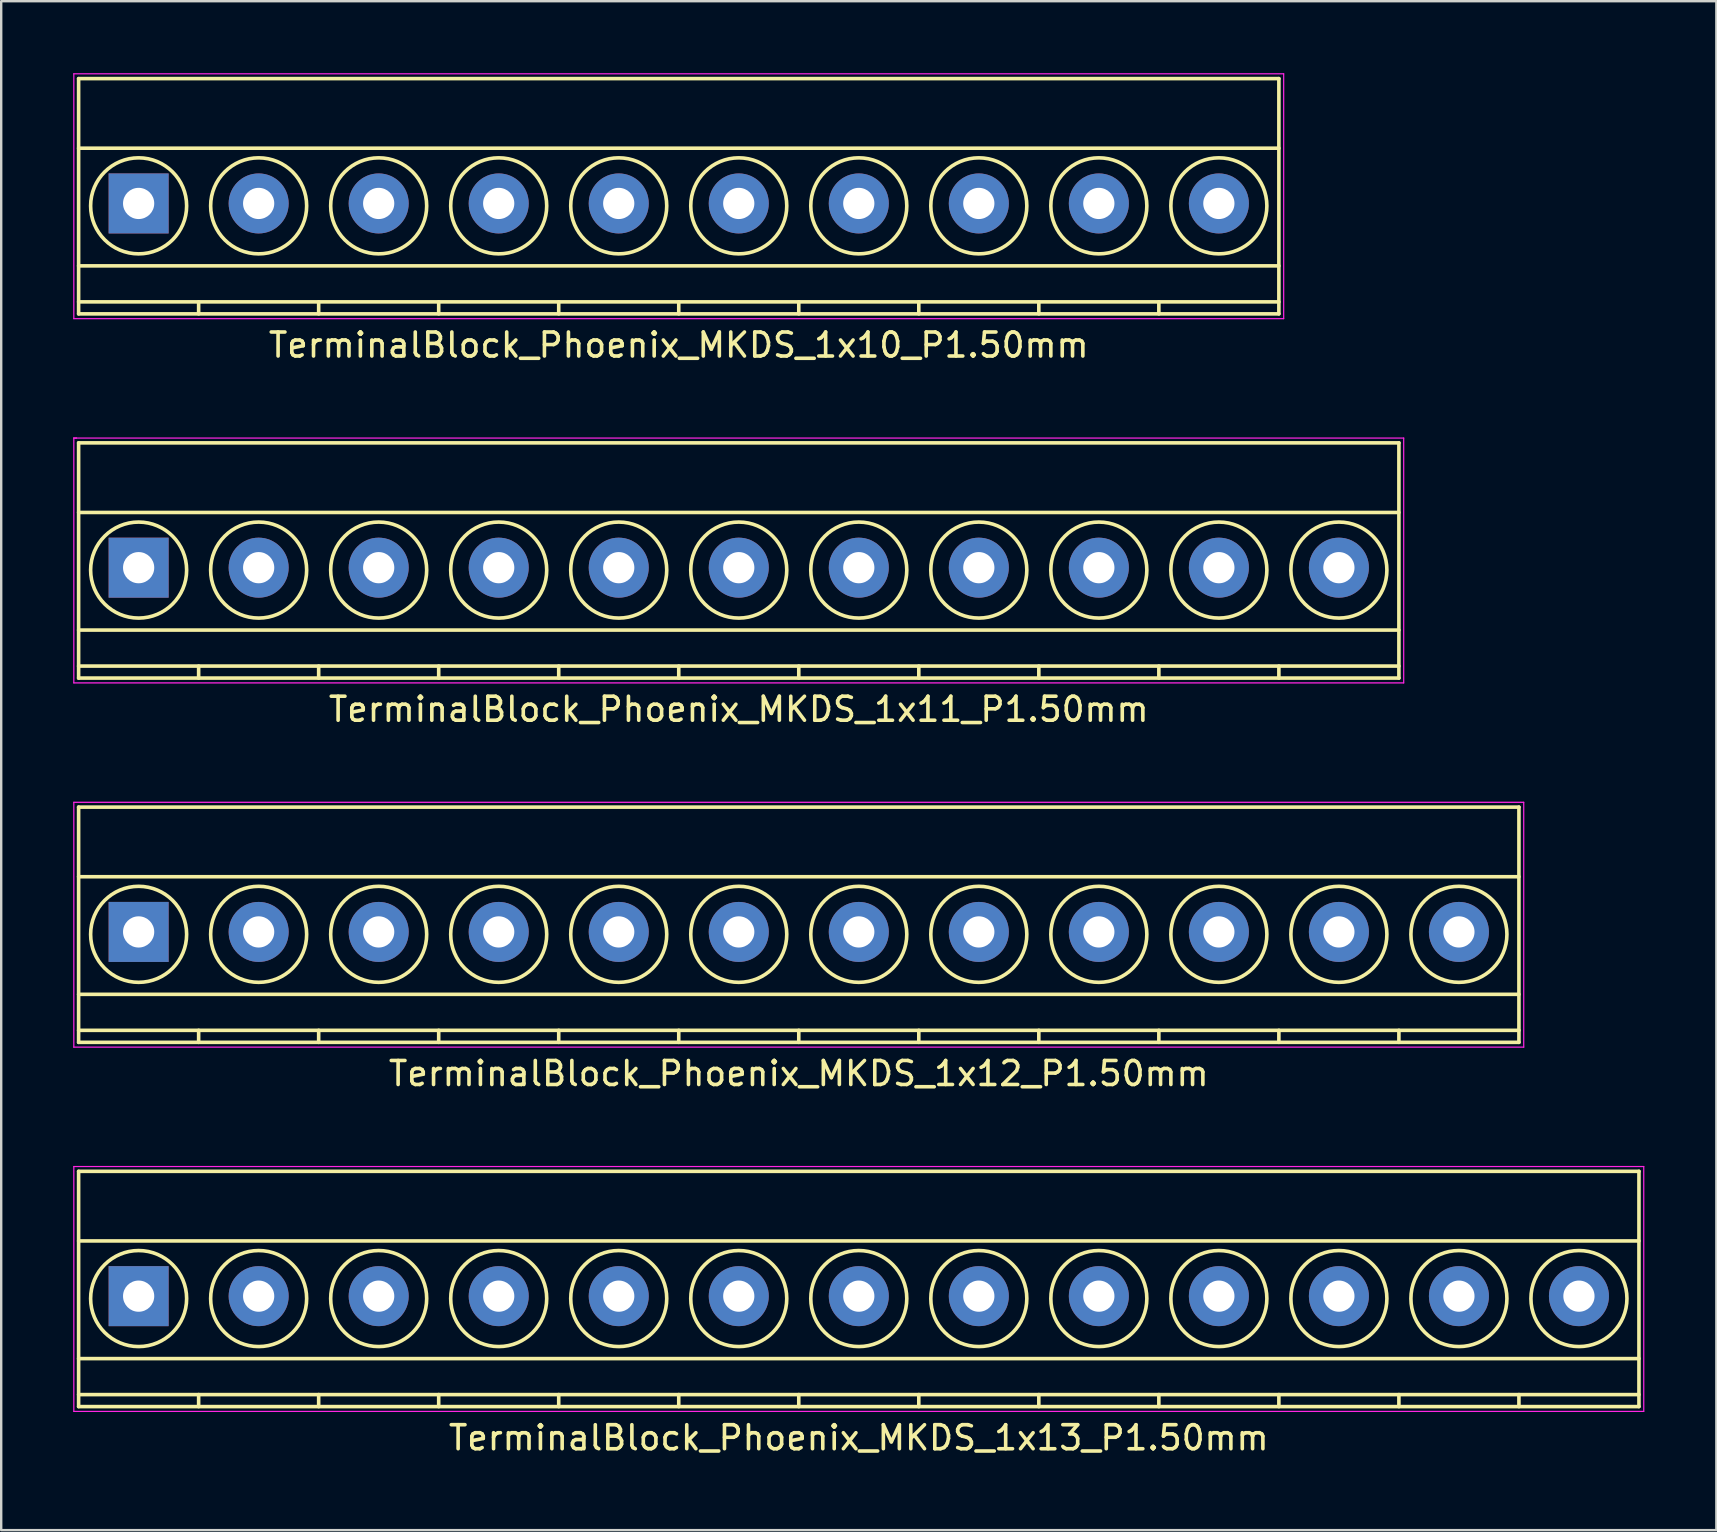
<source format=kicad_pcb>
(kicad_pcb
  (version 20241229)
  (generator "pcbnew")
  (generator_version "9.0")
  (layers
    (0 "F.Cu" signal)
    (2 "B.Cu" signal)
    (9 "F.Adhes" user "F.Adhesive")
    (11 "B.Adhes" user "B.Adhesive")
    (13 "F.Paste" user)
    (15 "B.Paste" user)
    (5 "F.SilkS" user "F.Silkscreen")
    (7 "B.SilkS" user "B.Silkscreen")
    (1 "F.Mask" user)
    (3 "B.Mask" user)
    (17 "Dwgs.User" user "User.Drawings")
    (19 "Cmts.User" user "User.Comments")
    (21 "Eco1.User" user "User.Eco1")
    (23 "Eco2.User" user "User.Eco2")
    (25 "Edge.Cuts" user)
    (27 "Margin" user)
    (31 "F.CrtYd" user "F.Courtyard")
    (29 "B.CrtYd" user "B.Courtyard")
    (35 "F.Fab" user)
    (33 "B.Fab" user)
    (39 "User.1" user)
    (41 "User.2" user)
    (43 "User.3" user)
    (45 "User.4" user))
  (footprint "TerminalBlock_Phoenix_MKDS_1x13_P1.50mm"
    (layer "F.Cu")
    (at 2.725 50.945)
    (property "Reference" "TerminalBlock_Phoenix_MKDS_1x13_P1.50mm" (at 30 5.9 0) (layer "F.SilkS") (effects (font (size 1 1) (thickness 0.15))))
    (attr through_hole)
    (fp_line (start -2.5 -5.2) (end -2.5 4.6) (stroke (width 0.15) (type solid)) (layer "F.SilkS"))
    (fp_line (start -2.5 -2.3) (end 62.5 -2.3) (stroke (width 0.15) (type solid)) (layer "F.SilkS"))
    (fp_line (start -2.5 2.6) (end 62.5 2.6) (stroke (width 0.15) (type solid)) (layer "F.SilkS"))
    (fp_line (start -2.5 4.1) (end 62.5 4.1) (stroke (width 0.15) (type solid)) (layer "F.SilkS"))
    (fp_line (start -2.5 4.6) (end 62.5 4.6) (stroke (width 0.15) (type solid)) (layer "F.SilkS"))
    (fp_line (start 2.5 4.1) (end 2.5 4.6) (stroke (width 0.15) (type solid)) (layer "F.SilkS"))
    (fp_line (start 7.5 4.1) (end 7.5 4.6) (stroke (width 0.15) (type solid)) (layer "F.SilkS"))
    (fp_line (start 12.5 4.1) (end 12.5 4.6) (stroke (width 0.15) (type solid)) (layer "F.SilkS"))
    (fp_line (start 17.5 4.1) (end 17.5 4.6) (stroke (width 0.15) (type solid)) (layer "F.SilkS"))
    (fp_line (start 22.5 4.1) (end 22.5 4.6) (stroke (width 0.15) (type solid)) (layer "F.SilkS"))
    (fp_line (start 27.5 4.1) (end 27.5 4.6) (stroke (width 0.15) (type solid)) (layer "F.SilkS"))
    (fp_line (start 32.5 4.1) (end 32.5 4.6) (stroke (width 0.15) (type solid)) (layer "F.SilkS"))
    (fp_line (start 37.5 4.1) (end 37.5 4.6) (stroke (width 0.15) (type solid)) (layer "F.SilkS"))
    (fp_line (start 42.5 4.1) (end 42.5 4.6) (stroke (width 0.15) (type solid)) (layer "F.SilkS"))
    (fp_line (start 47.5 4.1) (end 47.5 4.6) (stroke (width 0.15) (type solid)) (layer "F.SilkS"))
    (fp_line (start 52.5 4.1) (end 52.5 4.6) (stroke (width 0.15) (type solid)) (layer "F.SilkS"))
    (fp_line (start 57.5 4.1) (end 57.5 4.6) (stroke (width 0.15) (type solid)) (layer "F.SilkS"))
    (fp_line (start 62.5 -5.2) (end -2.5 -5.2) (stroke (width 0.15) (type solid)) (layer "F.SilkS"))
    (fp_line (start 62.5 4.6) (end 62.5 -5.2) (stroke (width 0.15) (type solid)) (layer "F.SilkS"))
    (fp_circle (center 0 0.1) (end 2 0.1) (stroke (width 0.15) (type solid)) (fill no) (layer "F.SilkS"))
    (fp_circle (center 5 0.1) (end 3 0.1) (stroke (width 0.15) (type solid)) (fill no) (layer "F.SilkS"))
    (fp_circle (center 10 0.1) (end 8 0.1) (stroke (width 0.15) (type solid)) (fill no) (layer "F.SilkS"))
    (fp_circle (center 15 0.1) (end 13 0.1) (stroke (width 0.15) (type solid)) (fill no) (layer "F.SilkS"))
    (fp_circle (center 20 0.1) (end 18 0.1) (stroke (width 0.15) (type solid)) (fill no) (layer "F.SilkS"))
    (fp_circle (center 25 0.1) (end 23 0.1) (stroke (width 0.15) (type solid)) (fill no) (layer "F.SilkS"))
    (fp_circle (center 30 0.1) (end 28 0.1) (stroke (width 0.15) (type solid)) (fill no) (layer "F.SilkS"))
    (fp_circle (center 35 0.1) (end 33 0.1) (stroke (width 0.15) (type solid)) (fill no) (layer "F.SilkS"))
    (fp_circle (center 40 0.1) (end 38 0.1) (stroke (width 0.15) (type solid)) (fill no) (layer "F.SilkS"))
    (fp_circle (center 45 0.1) (end 43 0.1) (stroke (width 0.15) (type solid)) (fill no) (layer "F.SilkS"))
    (fp_circle (center 50 0.1) (end 48 0.1) (stroke (width 0.15) (type solid)) (fill no) (layer "F.SilkS"))
    (fp_circle (center 55 0.1) (end 53 0.1) (stroke (width 0.15) (type solid)) (fill no) (layer "F.SilkS"))
    (fp_circle (center 60 0.1) (end 58 0.1) (stroke (width 0.15) (type solid)) (fill no) (layer "F.SilkS"))
    (fp_line (start -2.7 -5.4) (end 62.7 -5.4) (stroke (width 0.05) (type solid)) (layer "F.CrtYd"))
    (fp_line (start -2.7 4.8) (end -2.7 -5.4) (stroke (width 0.05) (type solid)) (layer "F.CrtYd"))
    (fp_line (start 62.7 -5.4) (end 62.7 4.8) (stroke (width 0.05) (type solid)) (layer "F.CrtYd"))
    (fp_line (start 62.7 4.8) (end -2.7 4.8) (stroke (width 0.05) (type solid)) (layer "F.CrtYd"))
    (pad "1" thru_hole rect (at 0 0) (size 2.5 2.5) (drill 1.3) (layers "*.Cu" "*.Mask"))
    (pad "2" thru_hole circle (at 5 0) (size 2.5 2.5) (drill 1.3) (layers "*.Cu" "*.Mask"))
    (pad "3" thru_hole circle (at 10 0) (size 2.5 2.5) (drill 1.3) (layers "*.Cu" "*.Mask"))
    (pad "4" thru_hole circle (at 15 0) (size 2.5 2.5) (drill 1.3) (layers "*.Cu" "*.Mask"))
    (pad "5" thru_hole circle (at 20 0) (size 2.5 2.5) (drill 1.3) (layers "*.Cu" "*.Mask"))
    (pad "6" thru_hole circle (at 25 0) (size 2.5 2.5) (drill 1.3) (layers "*.Cu" "*.Mask"))
    (pad "7" thru_hole circle (at 30 0) (size 2.5 2.5) (drill 1.3) (layers "*.Cu" "*.Mask"))
    (pad "8" thru_hole circle (at 35 0) (size 2.5 2.5) (drill 1.3) (layers "*.Cu" "*.Mask"))
    (pad "9" thru_hole circle (at 40 0) (size 2.5 2.5) (drill 1.3) (layers "*.Cu" "*.Mask"))
    (pad "10" thru_hole circle (at 45 0) (size 2.5 2.5) (drill 1.3) (layers "*.Cu" "*.Mask"))
    (pad "11" thru_hole circle (at 50 0) (size 2.5 2.5) (drill 1.3) (layers "*.Cu" "*.Mask"))
    (pad "12" thru_hole circle (at 55 0) (size 2.5 2.5) (drill 1.3) (layers "*.Cu" "*.Mask"))
    (pad "13" thru_hole circle (at 60 0) (size 2.5 2.5) (drill 1.3) (layers "*.Cu" "*.Mask")))
  (footprint "TerminalBlock_Phoenix_MKDS_1x10_P1.50mm"
    (layer "F.Cu")
    (at 2.725 5.425)
    (property "Reference" "TerminalBlock_Phoenix_MKDS_1x10_P1.50mm" (at 22.5 5.9 0) (layer "F.SilkS") (effects (font (size 1 1) (thickness 0.15))))
    (attr through_hole)
    (fp_line (start -2.5 -5.2) (end -2.5 4.6) (stroke (width 0.15) (type solid)) (layer "F.SilkS"))
    (fp_line (start -2.5 -2.3) (end 47.5 -2.3) (stroke (width 0.15) (type solid)) (layer "F.SilkS"))
    (fp_line (start -2.5 2.6) (end 47.5 2.6) (stroke (width 0.15) (type solid)) (layer "F.SilkS"))
    (fp_line (start -2.5 4.1) (end 47.5 4.1) (stroke (width 0.15) (type solid)) (layer "F.SilkS"))
    (fp_line (start -2.5 4.6) (end 47.5 4.6) (stroke (width 0.15) (type solid)) (layer "F.SilkS"))
    (fp_line (start 2.5 4.1) (end 2.5 4.6) (stroke (width 0.15) (type solid)) (layer "F.SilkS"))
    (fp_line (start 7.5 4.1) (end 7.5 4.6) (stroke (width 0.15) (type solid)) (layer "F.SilkS"))
    (fp_line (start 12.5 4.1) (end 12.5 4.6) (stroke (width 0.15) (type solid)) (layer "F.SilkS"))
    (fp_line (start 17.5 4.1) (end 17.5 4.6) (stroke (width 0.15) (type solid)) (layer "F.SilkS"))
    (fp_line (start 22.5 4.1) (end 22.5 4.6) (stroke (width 0.15) (type solid)) (layer "F.SilkS"))
    (fp_line (start 27.5 4.1) (end 27.5 4.6) (stroke (width 0.15) (type solid)) (layer "F.SilkS"))
    (fp_line (start 32.5 4.1) (end 32.5 4.6) (stroke (width 0.15) (type solid)) (layer "F.SilkS"))
    (fp_line (start 37.5 4.1) (end 37.5 4.6) (stroke (width 0.15) (type solid)) (layer "F.SilkS"))
    (fp_line (start 42.5 4.1) (end 42.5 4.6) (stroke (width 0.15) (type solid)) (layer "F.SilkS"))
    (fp_line (start 47.5 -5.2) (end -2.5 -5.2) (stroke (width 0.15) (type solid)) (layer "F.SilkS"))
    (fp_line (start 47.5 4.6) (end 47.5 -5.2) (stroke (width 0.15) (type solid)) (layer "F.SilkS"))
    (fp_circle (center 0 0.1) (end 2 0.1) (stroke (width 0.15) (type solid)) (fill no) (layer "F.SilkS"))
    (fp_circle (center 5 0.1) (end 3 0.1) (stroke (width 0.15) (type solid)) (fill no) (layer "F.SilkS"))
    (fp_circle (center 10 0.1) (end 8 0.1) (stroke (width 0.15) (type solid)) (fill no) (layer "F.SilkS"))
    (fp_circle (center 15 0.1) (end 13 0.1) (stroke (width 0.15) (type solid)) (fill no) (layer "F.SilkS"))
    (fp_circle (center 20 0.1) (end 18 0.1) (stroke (width 0.15) (type solid)) (fill no) (layer "F.SilkS"))
    (fp_circle (center 25 0.1) (end 23 0.1) (stroke (width 0.15) (type solid)) (fill no) (layer "F.SilkS"))
    (fp_circle (center 30 0.1) (end 28 0.1) (stroke (width 0.15) (type solid)) (fill no) (layer "F.SilkS"))
    (fp_circle (center 35 0.1) (end 33 0.1) (stroke (width 0.15) (type solid)) (fill no) (layer "F.SilkS"))
    (fp_circle (center 40 0.1) (end 38 0.1) (stroke (width 0.15) (type solid)) (fill no) (layer "F.SilkS"))
    (fp_circle (center 45 0.1) (end 43 0.1) (stroke (width 0.15) (type solid)) (fill no) (layer "F.SilkS"))
    (fp_line (start -2.7 -5.4) (end -2.7 4.8) (stroke (width 0.05) (type solid)) (layer "F.CrtYd"))
    (fp_line (start -2.7 4.8) (end 47.7 4.8) (stroke (width 0.05) (type solid)) (layer "F.CrtYd"))
    (fp_line (start 47.7 -5.4) (end -2.7 -5.4) (stroke (width 0.05) (type solid)) (layer "F.CrtYd"))
    (fp_line (start 47.7 4.8) (end 47.7 -5.4) (stroke (width 0.05) (type solid)) (layer "F.CrtYd"))
    (pad "1" thru_hole rect (at 0 0) (size 2.5 2.5) (drill 1.3) (layers "*.Cu" "*.Mask"))
    (pad "2" thru_hole circle (at 5 0) (size 2.5 2.5) (drill 1.3) (layers "*.Cu" "*.Mask"))
    (pad "3" thru_hole circle (at 10 0) (size 2.5 2.5) (drill 1.3) (layers "*.Cu" "*.Mask"))
    (pad "4" thru_hole circle (at 15 0) (size 2.5 2.5) (drill 1.3) (layers "*.Cu" "*.Mask"))
    (pad "5" thru_hole circle (at 20 0) (size 2.5 2.5) (drill 1.3) (layers "*.Cu" "*.Mask"))
    (pad "6" thru_hole circle (at 25 0) (size 2.5 2.5) (drill 1.3) (layers "*.Cu" "*.Mask"))
    (pad "7" thru_hole circle (at 30 0) (size 2.5 2.5) (drill 1.3) (layers "*.Cu" "*.Mask"))
    (pad "8" thru_hole circle (at 35 0) (size 2.5 2.5) (drill 1.3) (layers "*.Cu" "*.Mask"))
    (pad "9" thru_hole circle (at 40 0) (size 2.5 2.5) (drill 1.3) (layers "*.Cu" "*.Mask"))
    (pad "10" thru_hole circle (at 45 0) (size 2.5 2.5) (drill 1.3) (layers "*.Cu" "*.Mask")))
  (footprint "TerminalBlock_Phoenix_MKDS_1x11_P1.50mm"
    (layer "F.Cu")
    (at 2.725 20.598)
    (property "Reference" "TerminalBlock_Phoenix_MKDS_1x11_P1.50mm" (at 25 5.9 0) (layer "F.SilkS") (effects (font (size 1 1) (thickness 0.15))))
    (attr through_hole)
    (fp_line (start -2.5 -5.2) (end -2.5 4.6) (stroke (width 0.15) (type solid)) (layer "F.SilkS"))
    (fp_line (start -2.5 -2.3) (end 52.5 -2.3) (stroke (width 0.15) (type solid)) (layer "F.SilkS"))
    (fp_line (start -2.5 2.6) (end 52.5 2.6) (stroke (width 0.15) (type solid)) (layer "F.SilkS"))
    (fp_line (start -2.5 4.1) (end 52.5 4.1) (stroke (width 0.15) (type solid)) (layer "F.SilkS"))
    (fp_line (start -2.5 4.6) (end 52.5 4.6) (stroke (width 0.15) (type solid)) (layer "F.SilkS"))
    (fp_line (start 2.5 4.1) (end 2.5 4.6) (stroke (width 0.15) (type solid)) (layer "F.SilkS"))
    (fp_line (start 7.5 4.1) (end 7.5 4.6) (stroke (width 0.15) (type solid)) (layer "F.SilkS"))
    (fp_line (start 12.5 4.1) (end 12.5 4.6) (stroke (width 0.15) (type solid)) (layer "F.SilkS"))
    (fp_line (start 17.5 4.1) (end 17.5 4.6) (stroke (width 0.15) (type solid)) (layer "F.SilkS"))
    (fp_line (start 22.5 4.1) (end 22.5 4.6) (stroke (width 0.15) (type solid)) (layer "F.SilkS"))
    (fp_line (start 27.5 4.1) (end 27.5 4.6) (stroke (width 0.15) (type solid)) (layer "F.SilkS"))
    (fp_line (start 32.5 4.1) (end 32.5 4.6) (stroke (width 0.15) (type solid)) (layer "F.SilkS"))
    (fp_line (start 37.5 4.1) (end 37.5 4.6) (stroke (width 0.15) (type solid)) (layer "F.SilkS"))
    (fp_line (start 42.5 4.1) (end 42.5 4.6) (stroke (width 0.15) (type solid)) (layer "F.SilkS"))
    (fp_line (start 47.5 4.1) (end 47.5 4.6) (stroke (width 0.15) (type solid)) (layer "F.SilkS"))
    (fp_line (start 52.5 -5.2) (end -2.5 -5.2) (stroke (width 0.15) (type solid)) (layer "F.SilkS"))
    (fp_line (start 52.5 4.6) (end 52.5 -5.2) (stroke (width 0.15) (type solid)) (layer "F.SilkS"))
    (fp_circle (center 0 0.1) (end 2 0.1) (stroke (width 0.15) (type solid)) (fill no) (layer "F.SilkS"))
    (fp_circle (center 5 0.1) (end 3 0.1) (stroke (width 0.15) (type solid)) (fill no) (layer "F.SilkS"))
    (fp_circle (center 10 0.1) (end 8 0.1) (stroke (width 0.15) (type solid)) (fill no) (layer "F.SilkS"))
    (fp_circle (center 15 0.1) (end 13 0.1) (stroke (width 0.15) (type solid)) (fill no) (layer "F.SilkS"))
    (fp_circle (center 20 0.1) (end 18 0.1) (stroke (width 0.15) (type solid)) (fill no) (layer "F.SilkS"))
    (fp_circle (center 25 0.1) (end 23 0.1) (stroke (width 0.15) (type solid)) (fill no) (layer "F.SilkS"))
    (fp_circle (center 30 0.1) (end 28 0.1) (stroke (width 0.15) (type solid)) (fill no) (layer "F.SilkS"))
    (fp_circle (center 35 0.1) (end 33 0.1) (stroke (width 0.15) (type solid)) (fill no) (layer "F.SilkS"))
    (fp_circle (center 40 0.1) (end 38 0.1) (stroke (width 0.15) (type solid)) (fill no) (layer "F.SilkS"))
    (fp_circle (center 45 0.1) (end 43 0.1) (stroke (width 0.15) (type solid)) (fill no) (layer "F.SilkS"))
    (fp_circle (center 50 0.1) (end 48 0.1) (stroke (width 0.15) (type solid)) (fill no) (layer "F.SilkS"))
    (fp_line (start -2.7 -5.4) (end -2.7 4.8) (stroke (width 0.05) (type solid)) (layer "F.CrtYd"))
    (fp_line (start -2.7 -5.4) (end -2.6 -5.4) (stroke (width 0.05) (type solid)) (layer "F.CrtYd"))
    (fp_line (start -2.7 4.8) (end 52.7 4.8) (stroke (width 0.05) (type solid)) (layer "F.CrtYd"))
    (fp_line (start -2.6 -5.4) (end -2.7 -5.4) (stroke (width 0.05) (type solid)) (layer "F.CrtYd"))
    (fp_line (start 52.7 -5.4) (end -2.6 -5.4) (stroke (width 0.05) (type solid)) (layer "F.CrtYd"))
    (fp_line (start 52.7 4.8) (end 52.7 -5.4) (stroke (width 0.05) (type solid)) (layer "F.CrtYd"))
    (pad "1" thru_hole rect (at 0 0) (size 2.5 2.5) (drill 1.3) (layers "*.Cu" "*.Mask"))
    (pad "2" thru_hole circle (at 5 0) (size 2.5 2.5) (drill 1.3) (layers "*.Cu" "*.Mask"))
    (pad "3" thru_hole circle (at 10 0) (size 2.5 2.5) (drill 1.3) (layers "*.Cu" "*.Mask"))
    (pad "4" thru_hole circle (at 15 0) (size 2.5 2.5) (drill 1.3) (layers "*.Cu" "*.Mask"))
    (pad "5" thru_hole circle (at 20 0) (size 2.5 2.5) (drill 1.3) (layers "*.Cu" "*.Mask"))
    (pad "6" thru_hole circle (at 25 0) (size 2.5 2.5) (drill 1.3) (layers "*.Cu" "*.Mask"))
    (pad "7" thru_hole circle (at 30 0) (size 2.5 2.5) (drill 1.3) (layers "*.Cu" "*.Mask"))
    (pad "8" thru_hole circle (at 35 0) (size 2.5 2.5) (drill 1.3) (layers "*.Cu" "*.Mask"))
    (pad "9" thru_hole circle (at 40 0) (size 2.5 2.5) (drill 1.3) (layers "*.Cu" "*.Mask"))
    (pad "10" thru_hole circle (at 45 0) (size 2.5 2.5) (drill 1.3) (layers "*.Cu" "*.Mask"))
    (pad "11" thru_hole circle (at 50 0) (size 2.5 2.5) (drill 1.3) (layers "*.Cu" "*.Mask")))
  (footprint "TerminalBlock_Phoenix_MKDS_1x12_P1.50mm"
    (layer "F.Cu")
    (at 2.725 35.772)
    (property "Reference" "TerminalBlock_Phoenix_MKDS_1x12_P1.50mm" (at 27.5 5.9 0) (layer "F.SilkS") (effects (font (size 1 1) (thickness 0.15))))
    (attr through_hole)
    (fp_line (start -2.5 -5.2) (end -2.5 4.6) (stroke (width 0.15) (type solid)) (layer "F.SilkS"))
    (fp_line (start -2.5 -2.3) (end 57.5 -2.3) (stroke (width 0.15) (type solid)) (layer "F.SilkS"))
    (fp_line (start -2.5 2.6) (end 57.5 2.6) (stroke (width 0.15) (type solid)) (layer "F.SilkS"))
    (fp_line (start -2.5 4.1) (end 57.5 4.1) (stroke (width 0.15) (type solid)) (layer "F.SilkS"))
    (fp_line (start -2.5 4.6) (end 57.5 4.6) (stroke (width 0.15) (type solid)) (layer "F.SilkS"))
    (fp_line (start 2.5 4.1) (end 2.5 4.6) (stroke (width 0.15) (type solid)) (layer "F.SilkS"))
    (fp_line (start 7.5 4.1) (end 7.5 4.6) (stroke (width 0.15) (type solid)) (layer "F.SilkS"))
    (fp_line (start 12.5 4.1) (end 12.5 4.6) (stroke (width 0.15) (type solid)) (layer "F.SilkS"))
    (fp_line (start 17.5 4.1) (end 17.5 4.6) (stroke (width 0.15) (type solid)) (layer "F.SilkS"))
    (fp_line (start 22.5 4.1) (end 22.5 4.6) (stroke (width 0.15) (type solid)) (layer "F.SilkS"))
    (fp_line (start 27.5 4.1) (end 27.5 4.6) (stroke (width 0.15) (type solid)) (layer "F.SilkS"))
    (fp_line (start 32.5 4.1) (end 32.5 4.6) (stroke (width 0.15) (type solid)) (layer "F.SilkS"))
    (fp_line (start 37.5 4.1) (end 37.5 4.6) (stroke (width 0.15) (type solid)) (layer "F.SilkS"))
    (fp_line (start 42.5 4.1) (end 42.5 4.6) (stroke (width 0.15) (type solid)) (layer "F.SilkS"))
    (fp_line (start 47.5 4.1) (end 47.5 4.6) (stroke (width 0.15) (type solid)) (layer "F.SilkS"))
    (fp_line (start 52.5 4.1) (end 52.5 4.6) (stroke (width 0.15) (type solid)) (layer "F.SilkS"))
    (fp_line (start 57.5 -5.2) (end -2.5 -5.2) (stroke (width 0.15) (type solid)) (layer "F.SilkS"))
    (fp_line (start 57.5 4.6) (end 57.5 -5.2) (stroke (width 0.15) (type solid)) (layer "F.SilkS"))
    (fp_circle (center 0 0.1) (end 2 0.1) (stroke (width 0.15) (type solid)) (fill no) (layer "F.SilkS"))
    (fp_circle (center 5 0.1) (end 3 0.1) (stroke (width 0.15) (type solid)) (fill no) (layer "F.SilkS"))
    (fp_circle (center 10 0.1) (end 8 0.1) (stroke (width 0.15) (type solid)) (fill no) (layer "F.SilkS"))
    (fp_circle (center 15 0.1) (end 13 0.1) (stroke (width 0.15) (type solid)) (fill no) (layer "F.SilkS"))
    (fp_circle (center 20 0.1) (end 18 0.1) (stroke (width 0.15) (type solid)) (fill no) (layer "F.SilkS"))
    (fp_circle (center 25 0.1) (end 23 0.1) (stroke (width 0.15) (type solid)) (fill no) (layer "F.SilkS"))
    (fp_circle (center 30 0.1) (end 28 0.1) (stroke (width 0.15) (type solid)) (fill no) (layer "F.SilkS"))
    (fp_circle (center 35 0.1) (end 33 0.1) (stroke (width 0.15) (type solid)) (fill no) (layer "F.SilkS"))
    (fp_circle (center 40 0.1) (end 38 0.1) (stroke (width 0.15) (type solid)) (fill no) (layer "F.SilkS"))
    (fp_circle (center 45 0.1) (end 43 0.1) (stroke (width 0.15) (type solid)) (fill no) (layer "F.SilkS"))
    (fp_circle (center 50 0.1) (end 48 0.1) (stroke (width 0.15) (type solid)) (fill no) (layer "F.SilkS"))
    (fp_circle (center 55 0.1) (end 53 0.1) (stroke (width 0.15) (type solid)) (fill no) (layer "F.SilkS"))
    (fp_line (start -2.7 -5.4) (end 57.7 -5.4) (stroke (width 0.05) (type solid)) (layer "F.CrtYd"))
    (fp_line (start -2.7 4.8) (end -2.7 -5.4) (stroke (width 0.05) (type solid)) (layer "F.CrtYd"))
    (fp_line (start 57.7 -5.4) (end 57.7 4.8) (stroke (width 0.05) (type solid)) (layer "F.CrtYd"))
    (fp_line (start 57.7 4.8) (end -2.7 4.8) (stroke (width 0.05) (type solid)) (layer "F.CrtYd"))
    (pad "1" thru_hole rect (at 0 0) (size 2.5 2.5) (drill 1.3) (layers "*.Cu" "*.Mask"))
    (pad "2" thru_hole circle (at 5 0) (size 2.5 2.5) (drill 1.3) (layers "*.Cu" "*.Mask"))
    (pad "3" thru_hole circle (at 10 0) (size 2.5 2.5) (drill 1.3) (layers "*.Cu" "*.Mask"))
    (pad "4" thru_hole circle (at 15 0) (size 2.5 2.5) (drill 1.3) (layers "*.Cu" "*.Mask"))
    (pad "5" thru_hole circle (at 20 0) (size 2.5 2.5) (drill 1.3) (layers "*.Cu" "*.Mask"))
    (pad "6" thru_hole circle (at 25 0) (size 2.5 2.5) (drill 1.3) (layers "*.Cu" "*.Mask"))
    (pad "7" thru_hole circle (at 30 0) (size 2.5 2.5) (drill 1.3) (layers "*.Cu" "*.Mask"))
    (pad "8" thru_hole circle (at 35 0) (size 2.5 2.5) (drill 1.3) (layers "*.Cu" "*.Mask"))
    (pad "9" thru_hole circle (at 40 0) (size 2.5 2.5) (drill 1.3) (layers "*.Cu" "*.Mask"))
    (pad "10" thru_hole circle (at 45 0) (size 2.5 2.5) (drill 1.3) (layers "*.Cu" "*.Mask"))
    (pad "11" thru_hole circle (at 50 0) (size 2.5 2.5) (drill 1.3) (layers "*.Cu" "*.Mask"))
    (pad "12" thru_hole circle (at 55 0) (size 2.5 2.5) (drill 1.3) (layers "*.Cu" "*.Mask")))
  (gr_rect
    (start -3 -3)
    (end 68.45 60.693)
    (stroke (width 0.1) (type default))
    (fill no)
    (layer "Edge.Cuts")))
</source>
